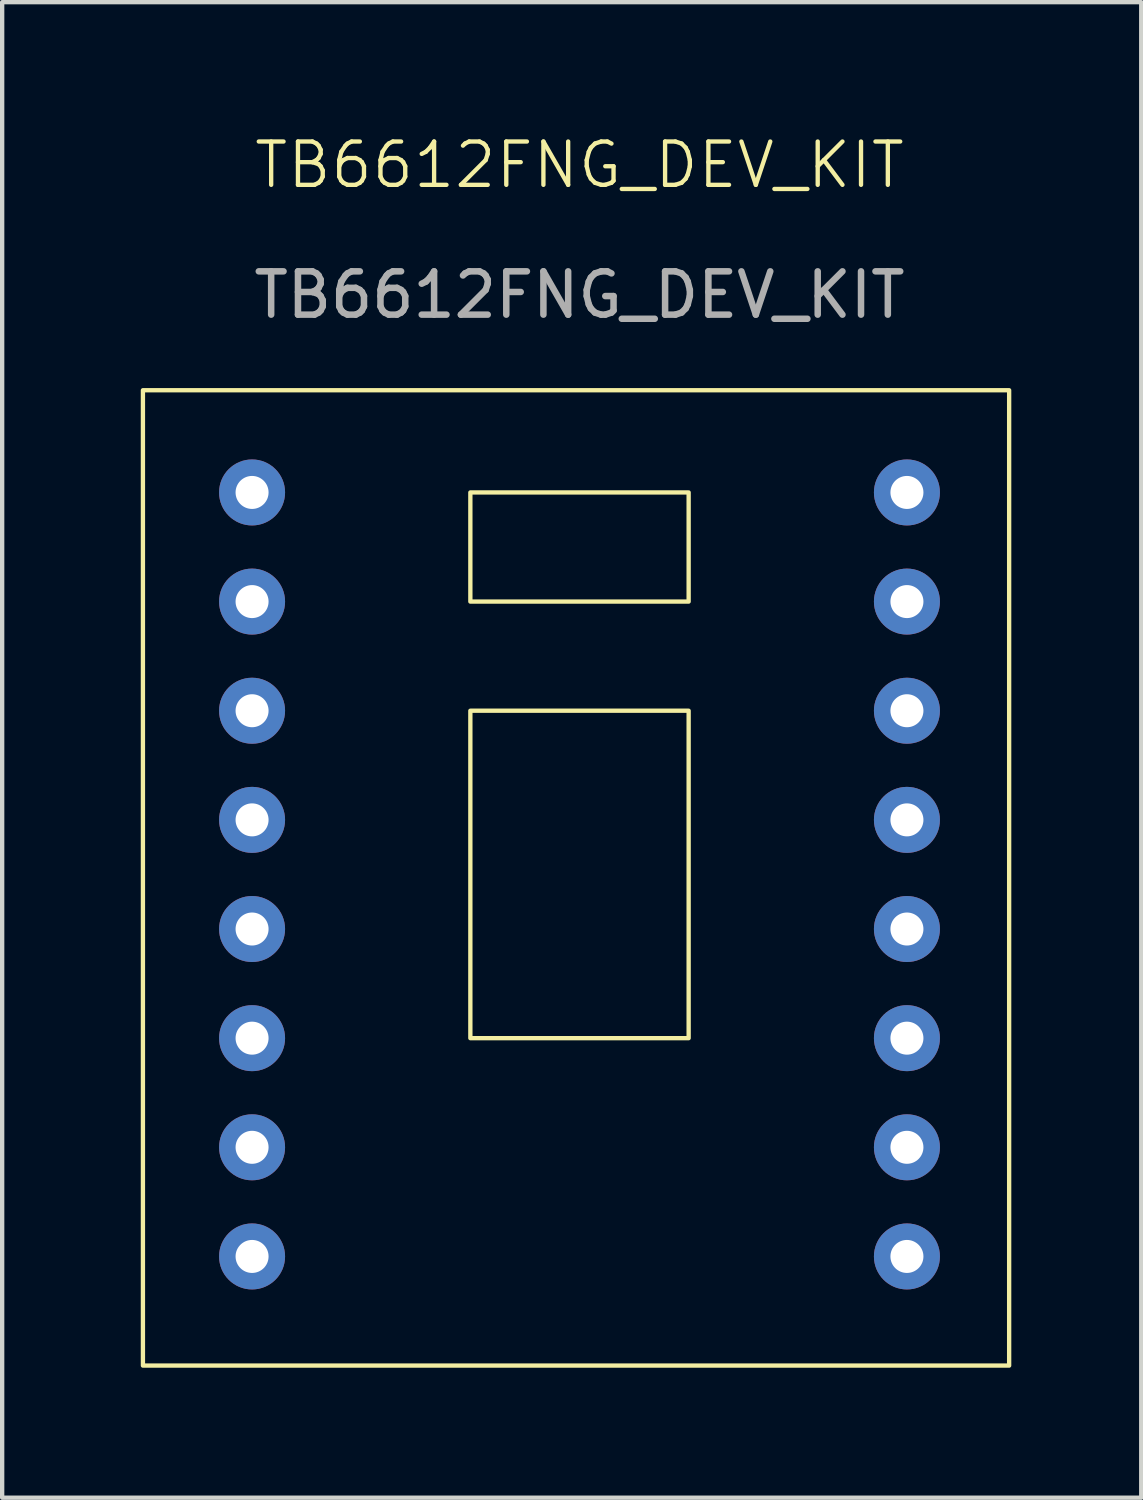
<source format=kicad_pcb>
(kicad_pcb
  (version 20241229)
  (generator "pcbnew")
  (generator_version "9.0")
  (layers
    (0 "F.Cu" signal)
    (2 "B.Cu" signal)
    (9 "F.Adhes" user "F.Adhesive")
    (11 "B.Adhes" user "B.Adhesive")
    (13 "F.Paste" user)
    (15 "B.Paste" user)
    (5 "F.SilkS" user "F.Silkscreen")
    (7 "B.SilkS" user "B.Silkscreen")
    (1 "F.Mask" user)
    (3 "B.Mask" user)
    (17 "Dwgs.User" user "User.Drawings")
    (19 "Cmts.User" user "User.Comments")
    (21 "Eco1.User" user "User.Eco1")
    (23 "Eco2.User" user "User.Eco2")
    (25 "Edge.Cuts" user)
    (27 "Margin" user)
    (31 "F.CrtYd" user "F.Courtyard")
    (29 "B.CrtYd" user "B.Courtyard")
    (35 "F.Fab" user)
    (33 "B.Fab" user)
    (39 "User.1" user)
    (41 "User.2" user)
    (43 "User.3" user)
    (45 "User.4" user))
  (footprint "TB6612FNG_DEV_KIT"
    (layer "F.Cu")
    (at 0.25 25.96)
    (property "Reference" "TB6612FNG_DEV_KIT" (at 10.08 -25.2 0) (unlocked yes) (layer "F.SilkS") (effects (font (size 1 1) (thickness 0.1))))
    (attr through_hole)
    (fp_rect (start 0 -20) (end 20 2.52) (stroke (width 0.1) (type default)) (fill no) (layer "F.SilkS"))
    (fp_rect (start 7.56 -15.12) (end 12.6 -17.64) (stroke (width 0.1) (type default)) (fill no) (layer "F.SilkS"))
    (fp_rect (start 7.56 -5.04) (end 12.6 -12.6) (stroke (width 0.1) (type default)) (fill no) (layer "F.SilkS"))
    (fp_text user "${REFERENCE}" (at 10.08 -22.2 0) (unlocked yes) (layer "F.Fab") (effects (font (size 1 1) (thickness 0.15))))
    (pad "1" thru_hole circle (at 2.52 -10.08) (size 1.524 1.524) (drill 0.762) (layers "*.Cu" "*.Mask"))
    (pad "3" thru_hole circle (at 2.52 0) (size 1.524 1.524) (drill 0.762) (layers "*.Cu" "*.Mask"))
    (pad "5" thru_hole circle (at 2.52 -7.56) (size 1.524 1.524) (drill 0.762) (layers "*.Cu" "*.Mask"))
    (pad "7" thru_hole circle (at 2.52 -5.04) (size 1.524 1.524) (drill 0.762) (layers "*.Cu" "*.Mask"))
    (pad "9" thru_hole circle (at 2.52 -12.6) (size 1.524 1.524) (drill 0.762) (layers "*.Cu" "*.Mask"))
    (pad "11" thru_hole circle (at 2.52 -2.52) (size 1.524 1.524) (drill 0.762) (layers "*.Cu" "*.Mask"))
    (pad "15" thru_hole circle (at 17.64 -2.52) (size 1.524 1.524) (drill 0.762) (layers "*.Cu" "*.Mask"))
    (pad "16" thru_hole circle (at 17.64 -5.04) (size 1.524 1.524) (drill 0.762) (layers "*.Cu" "*.Mask"))
    (pad "17" thru_hole circle (at 17.64 -7.56) (size 1.524 1.524) (drill 0.762) (layers "*.Cu" "*.Mask"))
    (pad "18" thru_hole circle (at 17.64 0) (size 1.524 1.524) (drill 0.762) (layers "*.Cu" "*.Mask"))
    (pad "19" thru_hole circle (at 17.64 -10.08) (size 1.524 1.524) (drill 0.762) (layers "*.Cu" "*.Mask"))
    (pad "20" thru_hole circle (at 2.52 -15.12) (size 1.524 1.524) (drill 0.762) (layers "*.Cu" "*.Mask"))
    (pad "21" thru_hole circle (at 17.64 -12.6) (size 1.524 1.524) (drill 0.762) (layers "*.Cu" "*.Mask"))
    (pad "22" thru_hole circle (at 17.64 -15.12) (size 1.524 1.524) (drill 0.762) (layers "*.Cu" "*.Mask"))
    (pad "23" thru_hole circle (at 17.64 -17.64) (size 1.524 1.524) (drill 0.762) (layers "*.Cu" "*.Mask"))
    (pad "24" thru_hole circle (at 2.52 -17.64) (size 1.524 1.524) (drill 0.762) (layers "*.Cu" "*.Mask")))
  (gr_rect
    (start -3 -3)
    (end 23.3 31.53)
    (stroke (width 0.1) (type default))
    (fill no)
    (layer "Edge.Cuts")))
</source>
